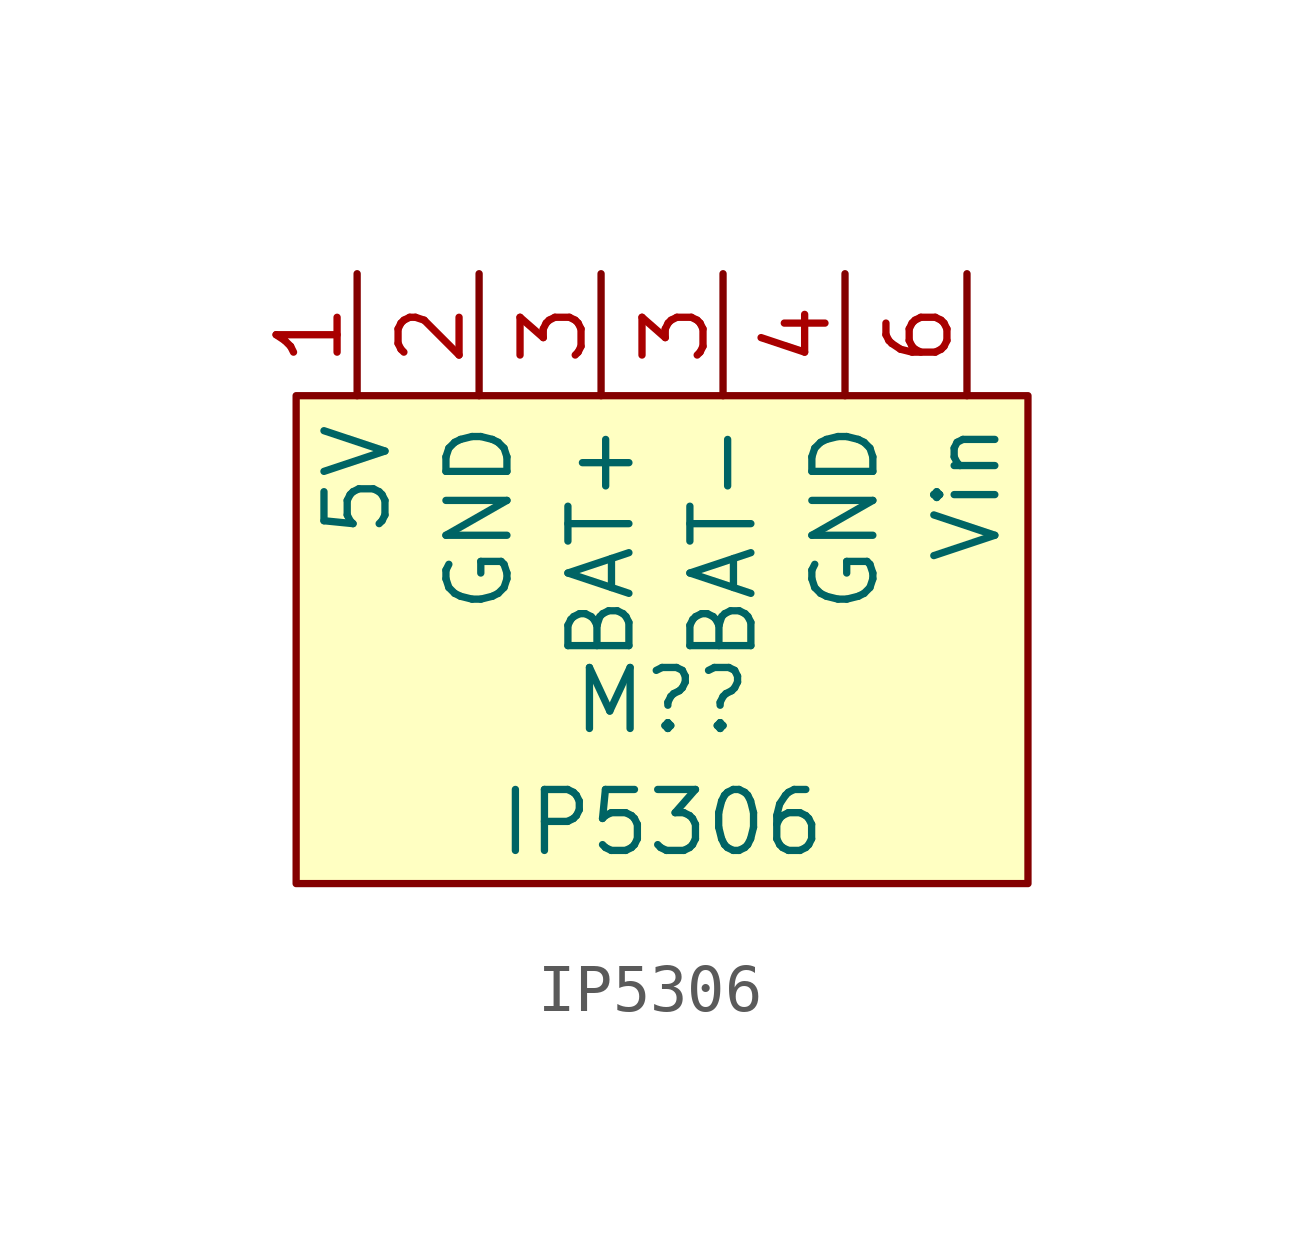
<source format=kicad_sym>
(kicad_symbol_lib
  (version 20220914)
  (generator kicad_symbol_editor)
  (symbol "IP5306"
    (property "Reference" "M?"
      (at 1.27 -2.54 0)
      (effects (font (size 1.27 1.27))))
    (property "Value" "IP5306"
      (at 1.27 -5.08 0)
      (effects (font (size 1.27 1.27))))
    (symbol "IP5306_0_1"
      (rectangle (start -6.35 3.81) (end 8.89 -6.35) (stroke (width 0.152) (type default)) (fill (type background))))
    (symbol "IP5306_1_1"
      (pin power_out line (at -5.08 6.35 270) (length 2.54) (name "5V" (effects (font (size 1.27 1.27)))) (number "1" (effects (font (size 1.27 1.27)))))
      (pin power_out line (at -2.54 6.35 270) (length 2.54) (name "GND" (effects (font (size 1.27 1.27)))) (number "2" (effects (font (size 1.27 1.27)))))
      (pin power_in line (at 0 6.35 270) (length 2.54) (name "BAT+" (effects (font (size 1.27 1.27)))) (number "3" (effects (font (size 1.27 1.27)))))
      (pin power_in line (at 2.54 6.35 270) (length 2.54) (name "BAT-" (effects (font (size 1.27 1.27)))) (number "3" (effects (font (size 1.27 1.27)))))
      (pin power_in line (at 5.08 6.35 270) (length 2.54) (name "GND" (effects (font (size 1.27 1.27)))) (number "4" (effects (font (size 1.27 1.27)))))
      (pin power_in line (at 7.62 6.35 270) (length 2.54) (name "Vin" (effects (font (size 1.27 1.27)))) (number "6" (effects (font (size 1.27 1.27))))))))
</source>
